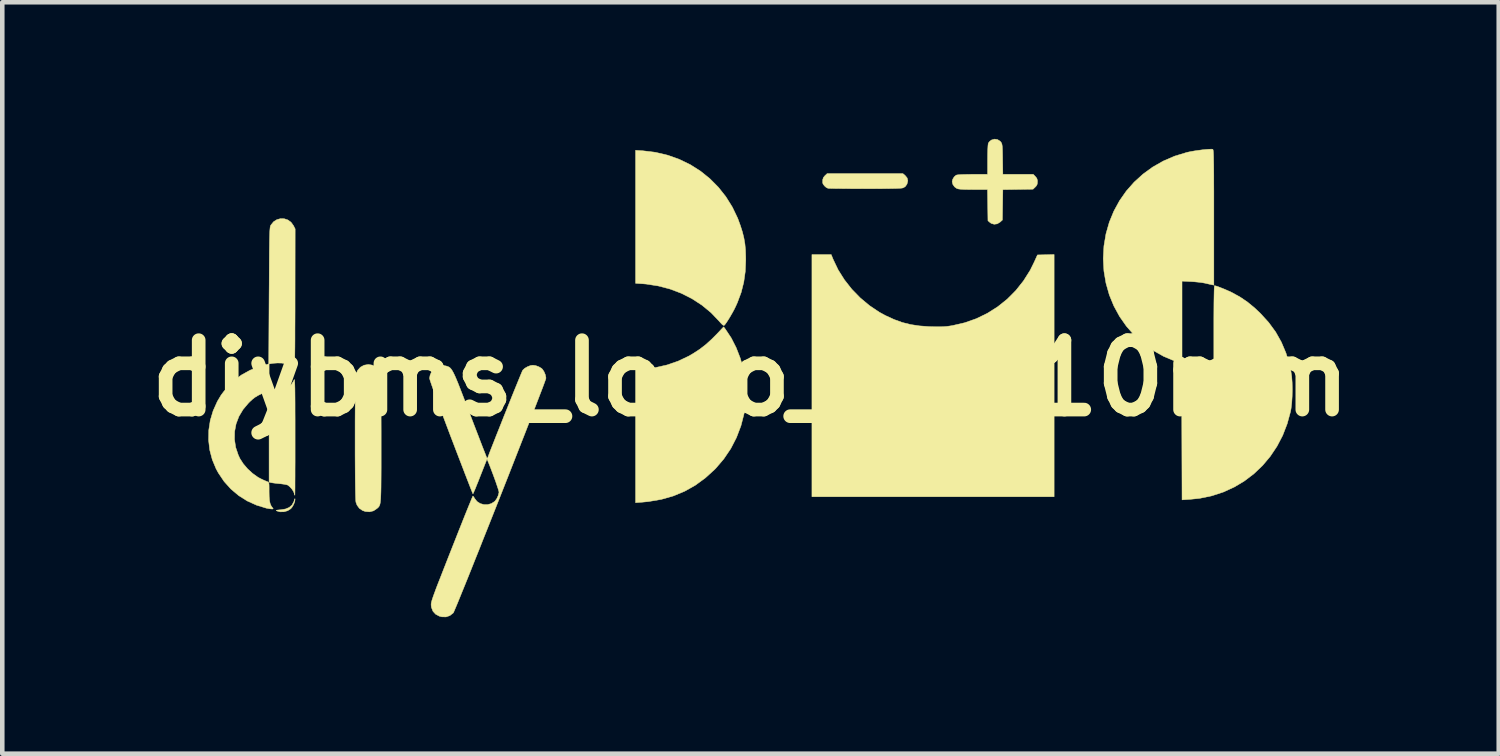
<source format=kicad_pcb>
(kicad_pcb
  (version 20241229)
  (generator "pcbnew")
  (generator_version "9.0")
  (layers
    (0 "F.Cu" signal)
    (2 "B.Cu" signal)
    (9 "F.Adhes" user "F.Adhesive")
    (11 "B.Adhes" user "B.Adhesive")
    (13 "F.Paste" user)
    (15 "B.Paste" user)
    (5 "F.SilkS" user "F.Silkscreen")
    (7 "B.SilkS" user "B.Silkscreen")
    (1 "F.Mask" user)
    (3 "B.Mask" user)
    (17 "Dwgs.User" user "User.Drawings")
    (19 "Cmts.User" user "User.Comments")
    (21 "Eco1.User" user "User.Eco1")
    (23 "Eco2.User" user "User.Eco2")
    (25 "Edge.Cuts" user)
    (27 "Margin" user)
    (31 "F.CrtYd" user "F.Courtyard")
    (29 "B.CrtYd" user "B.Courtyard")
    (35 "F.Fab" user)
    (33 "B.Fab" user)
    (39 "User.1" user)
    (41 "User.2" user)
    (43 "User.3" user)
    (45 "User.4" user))
  (footprint "diybms_logo_24x10mm"
    (layer "F.Cu")
    (at 13.433 5.256)
    (property "Reference" "diybms_logo_24x10mm" (at 0 0 0) (layer "F.SilkS") (effects (font (size 1.524 1.524) (thickness 0.3))))
    (attr through_hole)
    (fp_poly (pts (xy -10.003 2.667) (xy -10.012 2.719) (xy -10.037 2.78) (xy -10.071 2.837) (xy -10.098 2.868) (xy -10.166 2.911) (xy -10.248 2.934) (xy -10.333 2.935) (xy -10.398 2.917) (xy -10.415 2.908) (xy -10.413 2.901) (xy -10.388 2.896) (xy -10.337 2.891) (xy -10.318 2.89) (xy -10.211 2.872) (xy -10.13 2.838) (xy -10.07 2.785) (xy -10.029 2.711) (xy -10.02 2.681) (xy -10.009 2.649) (xy -10.005 2.646) (xy -10.003 2.667)) (stroke (width 0.01) (type solid)) (fill yes) (layer "F.SilkS"))
    (fp_poly (pts (xy 3.395 -4.453) (xy 3.44 -4.398) (xy 3.455 -4.336) (xy 3.438 -4.267) (xy 3.434 -4.258) (xy 3.397 -4.207) (xy 3.35 -4.18) (xy 3.325 -4.175) (xy 3.281 -4.171) (xy 3.216 -4.168) (xy 3.127 -4.166) (xy 3.014 -4.164) (xy 2.874 -4.163) (xy 2.705 -4.162) (xy 2.516 -4.162) (xy 2.361 -4.163) (xy 2.215 -4.163) (xy 2.081 -4.164) (xy 1.962 -4.165) (xy 1.862 -4.166) (xy 1.783 -4.167) (xy 1.73 -4.169) (xy 1.705 -4.17) (xy 1.704 -4.17) (xy 1.663 -4.189) (xy 1.623 -4.225) (xy 1.593 -4.266) (xy 1.585 -4.292) (xy 1.586 -4.36) (xy 1.603 -4.41) (xy 1.636 -4.449) (xy 1.683 -4.493) (xy 3.347 -4.493) (xy 3.395 -4.453)) (stroke (width 0.01) (type solid)) (fill yes) (layer "F.SilkS"))
    (fp_poly (pts (xy 6.668 2.603) (xy 1.349 2.603) (xy 1.349 -2.715) (xy 1.772 -2.715) (xy 1.816 -2.607) (xy 1.925 -2.379) (xy 2.063 -2.16) (xy 2.225 -1.954) (xy 2.409 -1.765) (xy 2.611 -1.596) (xy 2.828 -1.45) (xy 2.968 -1.374) (xy 3.154 -1.289) (xy 3.333 -1.224) (xy 3.516 -1.178) (xy 3.709 -1.149) (xy 3.923 -1.133) (xy 3.961 -1.132) (xy 4.074 -1.129) (xy 4.165 -1.129) (xy 4.24 -1.132) (xy 4.31 -1.137) (xy 4.382 -1.147) (xy 4.437 -1.156) (xy 4.705 -1.218) (xy 4.961 -1.308) (xy 5.203 -1.426) (xy 5.429 -1.569) (xy 5.638 -1.736) (xy 5.828 -1.927) (xy 5.996 -2.139) (xy 6.142 -2.37) (xy 6.231 -2.55) (xy 6.302 -2.707) (xy 6.485 -2.711) (xy 6.668 -2.716) (xy 6.668 2.603)) (stroke (width 0.01) (type solid)) (fill yes) (layer "F.SilkS"))
    (fp_poly (pts (xy -0.551 -1.076) (xy -0.424 -0.885) (xy -0.315 -0.671) (xy -0.225 -0.44) (xy -0.156 -0.198) (xy -0.14 -0.123) (xy -0.116 0.035) (xy -0.104 0.211) (xy -0.103 0.394) (xy -0.112 0.573) (xy -0.133 0.736) (xy -0.14 0.774) (xy -0.21 1.046) (xy -0.308 1.303) (xy -0.433 1.546) (xy -0.586 1.772) (xy -0.764 1.981) (xy -0.788 2.005) (xy -0.994 2.192) (xy -1.213 2.352) (xy -1.446 2.483) (xy -1.694 2.586) (xy -1.957 2.661) (xy -2.236 2.709) (xy -2.377 2.723) (xy -2.524 2.734) (xy -2.524 -0.187) (xy -2.377 -0.198) (xy -2.098 -0.231) (xy -1.836 -0.29) (xy -1.588 -0.375) (xy -1.353 -0.487) (xy -1.262 -0.54) (xy -1.116 -0.635) (xy -0.98 -0.74) (xy -0.846 -0.862) (xy -0.743 -0.966) (xy -0.59 -1.128) (xy -0.551 -1.076)) (stroke (width 0.01) (type solid)) (fill yes) (layer "F.SilkS"))
    (fp_poly (pts (xy -2.361 -4.994) (xy -2.084 -4.96) (xy -1.817 -4.897) (xy -1.563 -4.806) (xy -1.323 -4.69) (xy -1.099 -4.548) (xy -0.894 -4.383) (xy -0.707 -4.195) (xy -0.542 -3.987) (xy -0.399 -3.758) (xy -0.281 -3.512) (xy -0.222 -3.351) (xy -0.177 -3.209) (xy -0.145 -3.079) (xy -0.123 -2.951) (xy -0.11 -2.816) (xy -0.105 -2.664) (xy -0.104 -2.596) (xy -0.115 -2.344) (xy -0.148 -2.11) (xy -0.205 -1.884) (xy -0.288 -1.661) (xy -0.325 -1.579) (xy -0.359 -1.509) (xy -0.401 -1.432) (xy -0.446 -1.354) (xy -0.49 -1.282) (xy -0.53 -1.221) (xy -0.562 -1.177) (xy -0.577 -1.161) (xy -0.592 -1.159) (xy -0.617 -1.175) (xy -0.653 -1.212) (xy -0.692 -1.256) (xy -0.868 -1.44) (xy -1.067 -1.604) (xy -1.285 -1.746) (xy -1.52 -1.865) (xy -1.77 -1.959) (xy -2.03 -2.027) (xy -2.298 -2.068) (xy -2.369 -2.074) (xy -2.524 -2.084) (xy -2.524 -5.005) (xy -2.361 -4.994)) (stroke (width 0.01) (type solid)) (fill yes) (layer "F.SilkS"))
    (fp_poly (pts (xy -10.014 0.041) (xy -10.012 0.064) (xy -10.01 0.1) (xy -10.008 0.152) (xy -10.006 0.222) (xy -10.005 0.312) (xy -10.004 0.423) (xy -10.003 0.557) (xy -10.003 0.716) (xy -10.002 0.902) (xy -10.002 1.116) (xy -10.002 1.274) (xy -10.002 1.474) (xy -10.002 1.664) (xy -10.002 1.843) (xy -10.003 2.008) (xy -10.003 2.156) (xy -10.004 2.285) (xy -10.004 2.394) (xy -10.005 2.478) (xy -10.006 2.537) (xy -10.007 2.568) (xy -10.007 2.572) (xy -10.014 2.558) (xy -10.022 2.525) (xy -10.041 2.481) (xy -10.076 2.43) (xy -10.12 2.382) (xy -10.161 2.349) (xy -10.164 2.348) (xy -10.193 2.339) (xy -10.244 2.329) (xy -10.31 2.32) (xy -10.343 2.317) (xy -10.414 2.31) (xy -10.476 2.302) (xy -10.521 2.295) (xy -10.532 2.293) (xy -10.573 2.283) (xy -10.573 0.273) (xy -10.493 0.255) (xy -10.43 0.245) (xy -10.366 0.239) (xy -10.346 0.238) (xy -10.241 0.225) (xy -10.151 0.189) (xy -10.079 0.131) (xy -10.031 0.054) (xy -10.025 0.04) (xy -10.021 0.031) (xy -10.017 0.031) (xy -10.014 0.041)) (stroke (width 0.01) (type solid)) (fill yes) (layer "F.SilkS"))
    (fp_poly (pts (xy 5.425 -5.241) (xy 5.482 -5.205) (xy 5.499 -5.186) (xy 5.51 -5.169) (xy 5.519 -5.149) (xy 5.525 -5.121) (xy 5.53 -5.082) (xy 5.533 -5.025) (xy 5.535 -4.948) (xy 5.537 -4.844) (xy 5.537 -4.809) (xy 5.542 -4.477) (xy 6.21 -4.477) (xy 6.256 -4.43) (xy 6.288 -4.39) (xy 6.301 -4.346) (xy 6.302 -4.314) (xy 6.297 -4.262) (xy 6.278 -4.224) (xy 6.254 -4.198) (xy 6.205 -4.151) (xy 5.874 -4.146) (xy 5.542 -4.141) (xy 5.537 -3.808) (xy 5.532 -3.474) (xy 5.481 -3.428) (xy 5.418 -3.39) (xy 5.351 -3.381) (xy 5.287 -3.4) (xy 5.259 -3.42) (xy 5.215 -3.458) (xy 5.21 -3.801) (xy 5.205 -4.143) (xy 4.896 -4.143) (xy 4.776 -4.144) (xy 4.684 -4.146) (xy 4.616 -4.15) (xy 4.568 -4.156) (xy 4.536 -4.165) (xy 4.533 -4.166) (xy 4.482 -4.202) (xy 4.444 -4.256) (xy 4.429 -4.316) (xy 4.429 -4.319) (xy 4.442 -4.37) (xy 4.473 -4.421) (xy 4.514 -4.457) (xy 4.52 -4.46) (xy 4.55 -4.466) (xy 4.609 -4.471) (xy 4.692 -4.474) (xy 4.798 -4.476) (xy 4.882 -4.477) (xy 5.207 -4.477) (xy 5.207 -4.801) (xy 5.208 -4.926) (xy 5.211 -5.028) (xy 5.215 -5.104) (xy 5.221 -5.152) (xy 5.225 -5.165) (xy 5.251 -5.199) (xy 5.29 -5.23) (xy 5.295 -5.232) (xy 5.36 -5.251) (xy 5.425 -5.241)) (stroke (width 0.01) (type solid)) (fill yes) (layer "F.SilkS"))
    (fp_poly (pts (xy -8.307 -0.287) (xy -8.228 -0.247) (xy -8.165 -0.186) (xy -8.129 -0.122) (xy -8.126 -0.098) (xy -8.123 -0.046) (xy -8.12 0.035) (xy -8.118 0.146) (xy -8.116 0.287) (xy -8.114 0.457) (xy -8.113 0.658) (xy -8.113 0.89) (xy -8.112 1.153) (xy -8.112 1.319) (xy -8.112 1.567) (xy -8.112 1.785) (xy -8.112 1.976) (xy -8.113 2.14) (xy -8.114 2.281) (xy -8.115 2.401) (xy -8.117 2.5) (xy -8.12 2.582) (xy -8.123 2.648) (xy -8.128 2.701) (xy -8.133 2.742) (xy -8.14 2.773) (xy -8.149 2.797) (xy -8.158 2.815) (xy -8.169 2.83) (xy -8.182 2.843) (xy -8.197 2.856) (xy -8.201 2.86) (xy -8.279 2.913) (xy -8.365 2.935) (xy -8.457 2.928) (xy -8.519 2.907) (xy -8.591 2.858) (xy -8.642 2.787) (xy -8.666 2.723) (xy -8.669 2.695) (xy -8.672 2.639) (xy -8.675 2.556) (xy -8.677 2.451) (xy -8.679 2.325) (xy -8.681 2.182) (xy -8.682 2.025) (xy -8.683 1.856) (xy -8.684 1.679) (xy -8.684 1.496) (xy -8.684 1.31) (xy -8.684 1.125) (xy -8.684 0.942) (xy -8.683 0.765) (xy -8.682 0.597) (xy -8.68 0.441) (xy -8.679 0.299) (xy -8.677 0.175) (xy -8.674 0.072) (xy -8.672 -0.009) (xy -8.669 -0.063) (xy -8.666 -0.087) (xy -8.627 -0.175) (xy -8.566 -0.242) (xy -8.488 -0.285) (xy -8.396 -0.301) (xy -8.393 -0.301) (xy -8.307 -0.287)) (stroke (width 0.01) (type solid)) (fill yes) (layer "F.SilkS"))
    (fp_poly (pts (xy 10.152 -5.027) (xy 10.156 -5.022) (xy 10.16 -5.011) (xy 10.163 -4.99) (xy 10.166 -4.959) (xy 10.168 -4.916) (xy 10.17 -4.858) (xy 10.171 -4.784) (xy 10.173 -4.692) (xy 10.174 -4.58) (xy 10.175 -4.446) (xy 10.175 -4.289) (xy 10.176 -4.107) (xy 10.176 -3.897) (xy 10.176 -3.659) (xy 10.176 -3.531) (xy 10.176 -2.044) (xy 10.132 -2.053) (xy 10.095 -2.061) (xy 10.038 -2.074) (xy 9.977 -2.088) (xy 9.915 -2.099) (xy 9.833 -2.109) (xy 9.742 -2.118) (xy 9.672 -2.122) (xy 9.477 -2.132) (xy 9.477 -0.319) (xy 9.537 -0.302) (xy 9.627 -0.281) (xy 9.739 -0.261) (xy 9.861 -0.244) (xy 9.983 -0.231) (xy 10.014 -0.229) (xy 10.176 -0.218) (xy 10.176 -1.125) (xy 10.176 -1.32) (xy 10.177 -1.495) (xy 10.178 -1.648) (xy 10.18 -1.778) (xy 10.182 -1.883) (xy 10.184 -1.961) (xy 10.187 -2.011) (xy 10.19 -2.032) (xy 10.191 -2.032) (xy 10.22 -2.026) (xy 10.272 -2.009) (xy 10.339 -1.983) (xy 10.414 -1.953) (xy 10.491 -1.919) (xy 10.563 -1.886) (xy 10.581 -1.877) (xy 10.753 -1.782) (xy 10.914 -1.673) (xy 11.07 -1.545) (xy 11.201 -1.421) (xy 11.381 -1.223) (xy 11.534 -1.014) (xy 11.659 -0.792) (xy 11.76 -0.553) (xy 11.838 -0.295) (xy 11.869 -0.151) (xy 11.886 -0.037) (xy 11.896 0.098) (xy 11.899 0.246) (xy 11.896 0.396) (xy 11.887 0.54) (xy 11.872 0.668) (xy 11.861 0.73) (xy 11.787 1.001) (xy 11.688 1.257) (xy 11.563 1.496) (xy 11.415 1.717) (xy 11.246 1.918) (xy 11.056 2.099) (xy 10.848 2.257) (xy 10.624 2.391) (xy 10.384 2.501) (xy 10.13 2.584) (xy 9.864 2.639) (xy 9.648 2.661) (xy 9.478 2.672) (xy 9.473 1.175) (xy 9.469 -0.321) (xy 9.327 -0.372) (xy 9.074 -0.479) (xy 8.84 -0.611) (xy 8.624 -0.767) (xy 8.429 -0.944) (xy 8.256 -1.141) (xy 8.106 -1.355) (xy 7.98 -1.586) (xy 7.88 -1.83) (xy 7.807 -2.087) (xy 7.762 -2.353) (xy 7.747 -2.627) (xy 7.762 -2.903) (xy 7.807 -3.17) (xy 7.88 -3.426) (xy 7.98 -3.669) (xy 8.105 -3.898) (xy 8.254 -4.111) (xy 8.426 -4.306) (xy 8.62 -4.482) (xy 8.833 -4.637) (xy 9.065 -4.769) (xy 9.315 -4.877) (xy 9.581 -4.958) (xy 9.593 -4.961) (xy 9.664 -4.976) (xy 9.748 -4.991) (xy 9.838 -5.004) (xy 9.927 -5.016) (xy 10.011 -5.024) (xy 10.081 -5.029) (xy 10.131 -5.03) (xy 10.152 -5.027)) (stroke (width 0.01) (type solid)) (fill yes) (layer "F.SilkS"))
    (fp_poly (pts (xy -10.24 -3.502) (xy -10.162 -3.476) (xy -10.092 -3.426) (xy -10.039 -3.353) (xy -10.037 -3.35) (xy -10.001 -3.279) (xy -10.003 -1.675) (xy -10.003 -1.454) (xy -10.004 -1.242) (xy -10.005 -1.043) (xy -10.005 -0.858) (xy -10.006 -0.688) (xy -10.008 -0.537) (xy -10.009 -0.406) (xy -10.01 -0.297) (xy -10.012 -0.213) (xy -10.014 -0.154) (xy -10.015 -0.124) (xy -10.016 -0.121) (xy -10.05 -0.199) (xy -10.108 -0.266) (xy -10.161 -0.302) (xy -10.218 -0.321) (xy -10.298 -0.332) (xy -10.388 -0.334) (xy -10.481 -0.328) (xy -10.513 -0.323) (xy -10.573 -0.313) (xy -10.573 -0.026) (xy -10.574 0.262) (xy -10.736 0.339) (xy -10.817 0.38) (xy -10.879 0.417) (xy -10.935 0.46) (xy -10.995 0.515) (xy -11.026 0.546) (xy -11.145 0.687) (xy -11.236 0.84) (xy -11.298 1.003) (xy -11.33 1.172) (xy -11.333 1.345) (xy -11.307 1.519) (xy -11.249 1.69) (xy -11.213 1.767) (xy -11.14 1.88) (xy -11.045 1.991) (xy -10.936 2.091) (xy -10.822 2.173) (xy -10.771 2.201) (xy -10.71 2.231) (xy -10.655 2.255) (xy -10.617 2.271) (xy -10.608 2.274) (xy -10.594 2.279) (xy -10.584 2.289) (xy -10.578 2.309) (xy -10.574 2.344) (xy -10.573 2.4) (xy -10.573 2.482) (xy -10.573 2.491) (xy -10.571 2.601) (xy -10.564 2.686) (xy -10.551 2.75) (xy -10.531 2.799) (xy -10.503 2.84) (xy -10.498 2.845) (xy -10.483 2.865) (xy -10.491 2.872) (xy -10.519 2.872) (xy -10.565 2.867) (xy -10.62 2.857) (xy -10.628 2.856) (xy -10.848 2.789) (xy -11.054 2.696) (xy -11.242 2.577) (xy -11.412 2.434) (xy -11.561 2.268) (xy -11.687 2.081) (xy -11.736 1.992) (xy -11.821 1.788) (xy -11.877 1.576) (xy -11.902 1.36) (xy -11.898 1.143) (xy -11.865 0.927) (xy -11.802 0.716) (xy -11.71 0.511) (xy -11.628 0.373) (xy -11.569 0.294) (xy -11.491 0.206) (xy -11.402 0.116) (xy -11.31 0.031) (xy -11.222 -0.04) (xy -11.179 -0.071) (xy -10.991 -0.175) (xy -10.783 -0.256) (xy -10.708 -0.278) (xy -10.581 -0.313) (xy -10.573 -1.811) (xy -10.571 -2.063) (xy -10.57 -2.285) (xy -10.569 -2.479) (xy -10.568 -2.647) (xy -10.567 -2.792) (xy -10.565 -2.914) (xy -10.564 -3.016) (xy -10.562 -3.1) (xy -10.56 -3.169) (xy -10.558 -3.223) (xy -10.555 -3.265) (xy -10.552 -3.296) (xy -10.549 -3.32) (xy -10.545 -3.337) (xy -10.541 -3.35) (xy -10.535 -3.36) (xy -10.532 -3.365) (xy -10.475 -3.436) (xy -10.403 -3.482) (xy -10.323 -3.504) (xy -10.24 -3.502)) (stroke (width 0.01) (type solid)) (fill yes) (layer "F.SilkS"))
    (fp_poly (pts (xy -4.717 -0.276) (xy -4.649 -0.251) (xy -4.591 -0.217) (xy -4.569 -0.196) (xy -4.534 -0.142) (xy -4.506 -0.075) (xy -4.493 -0.01) (xy -4.493 -0.000029) (xy -4.498 0.021) (xy -4.515 0.069) (xy -4.542 0.143) (xy -4.579 0.241) (xy -4.625 0.361) (xy -4.679 0.502) (xy -4.74 0.66) (xy -4.808 0.835) (xy -4.881 1.025) (xy -4.96 1.227) (xy -5.044 1.441) (xy -5.131 1.663) (xy -5.221 1.893) (xy -5.313 2.128) (xy -5.407 2.366) (xy -5.502 2.607) (xy -5.597 2.847) (xy -5.691 3.084) (xy -5.784 3.318) (xy -5.875 3.546) (xy -5.962 3.767) (xy -6.047 3.978) (xy -6.126 4.177) (xy -6.201 4.364) (xy -6.27 4.535) (xy -6.333 4.689) (xy -6.388 4.825) (xy -6.435 4.94) (xy -6.474 5.033) (xy -6.503 5.101) (xy -6.521 5.143) (xy -6.529 5.156) (xy -6.603 5.214) (xy -6.687 5.243) (xy -6.779 5.241) (xy -6.833 5.227) (xy -6.916 5.183) (xy -6.974 5.119) (xy -7.007 5.036) (xy -7.013 4.994) (xy -7.014 4.977) (xy -7.014 4.959) (xy -7.011 4.937) (xy -7.005 4.911) (xy -6.996 4.877) (xy -6.982 4.833) (xy -6.963 4.778) (xy -6.938 4.71) (xy -6.907 4.625) (xy -6.868 4.523) (xy -6.82 4.402) (xy -6.764 4.258) (xy -6.698 4.09) (xy -6.622 3.896) (xy -6.563 3.747) (xy -6.491 3.565) (xy -6.423 3.392) (xy -6.358 3.229) (xy -6.299 3.08) (xy -6.245 2.946) (xy -6.198 2.83) (xy -6.159 2.735) (xy -6.129 2.661) (xy -6.108 2.612) (xy -6.098 2.589) (xy -6.097 2.588) (xy -6.084 2.6) (xy -6.064 2.632) (xy -6.057 2.644) (xy -6.005 2.709) (xy -5.936 2.753) (xy -5.856 2.776) (xy -5.772 2.776) (xy -5.692 2.754) (xy -5.622 2.709) (xy -5.609 2.696) (xy -5.571 2.643) (xy -5.541 2.577) (xy -5.525 2.515) (xy -5.524 2.5) (xy -5.53 2.474) (xy -5.545 2.424) (xy -5.568 2.355) (xy -5.596 2.272) (xy -5.629 2.181) (xy -5.664 2.087) (xy -5.699 1.994) (xy -5.732 1.909) (xy -5.761 1.837) (xy -5.762 1.836) (xy -5.787 1.775) (xy -5.938 2.157) (xy -5.978 2.26) (xy -6.016 2.353) (xy -6.047 2.431) (xy -6.073 2.491) (xy -6.089 2.528) (xy -6.096 2.54) (xy -6.103 2.525) (xy -6.12 2.483) (xy -6.147 2.416) (xy -6.182 2.325) (xy -6.225 2.214) (xy -6.276 2.083) (xy -6.332 1.936) (xy -6.394 1.775) (xy -6.461 1.601) (xy -6.531 1.417) (xy -6.577 1.297) (xy -6.668 1.056) (xy -6.751 0.836) (xy -6.824 0.641) (xy -6.888 0.469) (xy -6.941 0.323) (xy -6.984 0.203) (xy -7.016 0.11) (xy -7.038 0.044) (xy -7.048 0.006) (xy -7.049 -0.001) (xy -7.036 -0.069) (xy -7.004 -0.141) (xy -6.959 -0.203) (xy -6.925 -0.233) (xy -6.841 -0.27) (xy -6.749 -0.28) (xy -6.685 -0.268) (xy -6.658 -0.26) (xy -6.635 -0.251) (xy -6.613 -0.239) (xy -6.592 -0.221) (xy -6.571 -0.196) (xy -6.548 -0.161) (xy -6.523 -0.115) (xy -6.494 -0.055) (xy -6.461 0.021) (xy -6.422 0.115) (xy -6.377 0.23) (xy -6.324 0.367) (xy -6.262 0.528) (xy -6.19 0.716) (xy -6.157 0.803) (xy -6.094 0.968) (xy -6.034 1.124) (xy -5.978 1.269) (xy -5.928 1.4) (xy -5.884 1.514) (xy -5.846 1.61) (xy -5.817 1.684) (xy -5.798 1.734) (xy -5.788 1.757) (xy -5.787 1.759) (xy -5.776 1.753) (xy -5.768 1.737) (xy -5.746 1.678) (xy -5.716 1.598) (xy -5.677 1.499) (xy -5.632 1.385) (xy -5.582 1.257) (xy -5.527 1.12) (xy -5.47 0.976) (xy -5.412 0.829) (xy -5.352 0.681) (xy -5.294 0.535) (xy -5.238 0.395) (xy -5.185 0.264) (xy -5.136 0.144) (xy -5.093 0.039) (xy -5.057 -0.049) (xy -5.029 -0.116) (xy -5.011 -0.159) (xy -5.003 -0.175) (xy -4.96 -0.216) (xy -4.898 -0.252) (xy -4.831 -0.278) (xy -4.779 -0.285) (xy -4.717 -0.276)) (stroke (width 0.01) (type solid)) (fill yes) (layer "F.SilkS")))
  (gr_rect
    (start -3 -3)
    (end 29.866 13.503)
    (stroke (width 0.1) (type default))
    (fill no)
    (layer "Edge.Cuts")))
</source>
